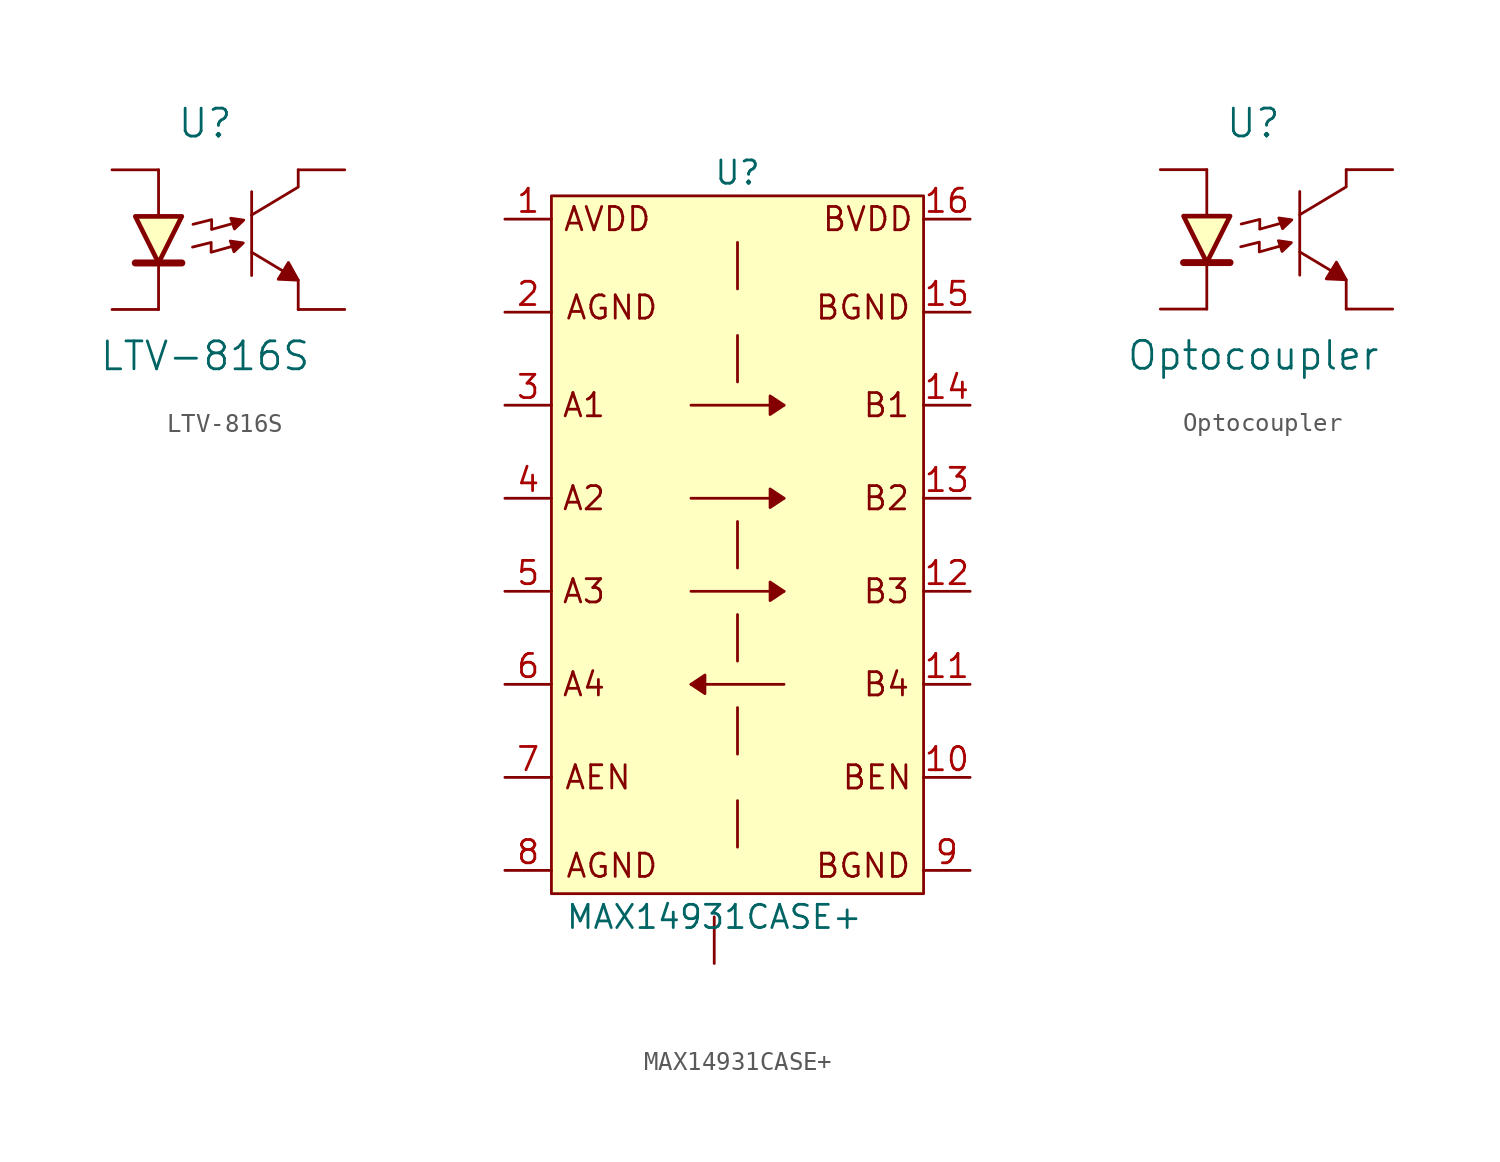
<source format=kicad_sym>
(kicad_symbol_lib
  (version 20231120)
  (generator "kicad_symbol_editor")
  (generator_version "8.0")
  (symbol "LTV-816S"
    (pin_numbers hide)
    (pin_names
      (offset 0) hide)
    (property "Reference" "U"
      (at 0 7.62 0)
      (effects (font (size 1.524 1.524))))
    (property "Value" "LTV-816S"
      (at 0 -5.08 0)
      (effects (font (size 1.524 1.524))))
    (symbol "LTV-816S_0_1"
      (polyline (pts (xy -2.54 -2.54) (xy -2.54 0)) (stroke (width 0) (type default)) (fill (type none)))
      (polyline (pts (xy -2.54 5.08) (xy -2.54 2.54)) (stroke (width 0) (type default)) (fill (type none)))
      (polyline (pts (xy -1.27 0) (xy -3.81 0)) (stroke (width 0.381) (type default)) (fill (type none)))
      (polyline (pts (xy 1.422 0.889) (xy 0.33 0.584)) (stroke (width 0) (type default)) (fill (type none)))
      (polyline (pts (xy 1.448 2.134) (xy 0.356 1.829)) (stroke (width 0) (type default)) (fill (type none)))
      (polyline (pts (xy 2.54 3.886) (xy 2.54 -0.686)) (stroke (width 0) (type default)) (fill (type none)))
      (polyline (pts (xy 5.08 -2.54) (xy 5.08 -1.016)) (stroke (width 0) (type default)) (fill (type none)))
      (polyline (pts (xy 5.08 -0.94) (xy 2.54 0.584)) (stroke (width 0) (type default)) (fill (type none)))
      (polyline (pts (xy 5.08 4.14) (xy 2.54 2.616)) (stroke (width 0) (type default)) (fill (type none)))
      (polyline (pts (xy 0.33 0.61) (xy 0.33 1.118) (xy -0.686 0.864)) (stroke (width 0) (type default)) (fill (type none)))
      (polyline (pts (xy 0.356 1.854) (xy 0.356 2.362) (xy -0.66 2.108)) (stroke (width 0) (type default)) (fill (type none)))
      (polyline (pts (xy 5.08 5.08) (xy 5.08 4.699) (xy 5.08 4.191)) (stroke (width 0) (type default)) (fill (type none)))
      (polyline (pts (xy -3.81 2.54) (xy -1.27 2.54) (xy -2.54 0) (xy -3.81 2.54)) (stroke (width 0.254) (type default)) (fill (type background)))
      (polyline (pts (xy 1.397 1.143) (xy 1.575 0.61) (xy 2.083 1.092) (xy 1.372 1.194)) (stroke (width 0) (type default)) (fill (type outline)))
      (polyline (pts (xy 1.422 2.388) (xy 1.6 1.854) (xy 2.108 2.337) (xy 1.397 2.438)) (stroke (width 0) (type default)) (fill (type outline)))
      (polyline (pts (xy 5.08 -0.94) (xy 4.547 0.025) (xy 3.988 -0.889) (xy 5.08 -0.94)) (stroke (width 0) (type default)) (fill (type outline))))
    (symbol "LTV-816S_1_1"
      (pin passive line (at -5.08 5.08 0) (length 2.54) (name "Anode" (effects (font (size 1.27 1.27)))) (number "1" (effects (font (size 1.27 1.27)))))
      (pin passive line (at -5.08 -2.54 0) (length 2.54) (name "Cathode" (effects (font (size 1.27 1.27)))) (number "2" (effects (font (size 1.27 1.27)))))
      (pin passive line (at 7.62 -2.54 180) (length 2.54) (name "E" (effects (font (size 1.27 1.27)))) (number "3" (effects (font (size 1.27 1.27)))))
      (pin passive line (at 7.62 5.08 180) (length 2.54) (name "C" (effects (font (size 1.27 1.27)))) (number "4" (effects (font (size 1.27 1.27)))))))
  (symbol "MAX14931CASE+"
    (pin_names
      (offset 1.016) hide)
    (property "Reference" "U"
      (at 0 0 0)
      (effects (font (size 1.27 1.27))))
    (property "Value" "MAX14931CASE+"
      (at -1.27 -40.64 0)
      (effects (font (size 1.27 1.27))))
    (symbol "MAX14931CASE+_1_1"
      (polyline (pts (xy -2.54 -27.94) (xy 2.54 -27.94)) (stroke (width 0) (type default)) (fill (type none)))
      (polyline (pts (xy -2.54 -22.86) (xy 2.54 -22.86)) (stroke (width 0) (type default)) (fill (type none)))
      (polyline (pts (xy -2.54 -17.78) (xy 2.54 -17.78)) (stroke (width 0) (type default)) (fill (type none)))
      (polyline (pts (xy -2.54 -12.7) (xy 2.54 -12.7)) (stroke (width 0) (type default)) (fill (type none)))
      (polyline (pts (xy -1.27 -40.64) (xy -1.27 -43.18)) (stroke (width 0) (type default)) (fill (type none)))
      (polyline (pts (xy 0 -34.29) (xy 0 -36.83)) (stroke (width 0) (type default)) (fill (type none)))
      (polyline (pts (xy 0 -29.21) (xy 0 -31.75)) (stroke (width 0) (type default)) (fill (type none)))
      (polyline (pts (xy 0 -24.13) (xy 0 -26.67)) (stroke (width 0) (type default)) (fill (type none)))
      (polyline (pts (xy 0 -19.05) (xy 0 -21.59)) (stroke (width 0) (type default)) (fill (type none)))
      (polyline (pts (xy 0 -8.89) (xy 0 -11.43)) (stroke (width 0) (type default)) (fill (type none)))
      (polyline (pts (xy 0 -3.81) (xy 0 -6.35)) (stroke (width 0) (type default)) (fill (type none)))
      (polyline (pts (xy -2.54 -27.94) (xy -1.778 -27.432) (xy -1.778 -28.448) (xy -2.54 -27.94)) (stroke (width 0) (type default)) (fill (type outline)))
      (polyline (pts (xy 2.54 -22.86) (xy 1.778 -22.352) (xy 1.778 -23.368) (xy 2.54 -22.86)) (stroke (width 0) (type default)) (fill (type outline)))
      (polyline (pts (xy 2.54 -17.78) (xy 1.778 -17.272) (xy 1.778 -18.288) (xy 2.54 -17.78)) (stroke (width 0) (type default)) (fill (type outline)))
      (polyline (pts (xy 2.54 -12.7) (xy 1.778 -12.192) (xy 1.778 -13.208) (xy 2.54 -12.7)) (stroke (width 0) (type default)) (fill (type outline)))
      (polyline (pts (xy -10.16 -1.27) (xy 10.16 -1.27) (xy 10.16 -39.37) (xy -10.16 -39.37) (xy -10.16 -19.05) (xy -10.16 -1.27)) (stroke (width 0) (type default)) (fill (type background)))
      (text "A1" (at -8.382 -12.7 0) (effects (font (size 1.27 1.27))))
      (text "A2" (at -8.382 -17.78 0) (effects (font (size 1.27 1.27))))
      (text "A3" (at -8.382 -22.86 0) (effects (font (size 1.27 1.27))))
      (text "A4" (at -8.382 -27.94 0) (effects (font (size 1.27 1.27))))
      (text "AEN" (at -7.62 -33.02 0) (effects (font (size 1.27 1.27))))
      (text "AGND" (at -6.858 -37.846 0) (effects (font (size 1.27 1.27))))
      (text "AGND" (at -6.858 -7.366 0) (effects (font (size 1.27 1.27))))
      (text "AVDD" (at -7.112 -2.54 0) (effects (font (size 1.27 1.27))))
      (text "B1" (at 8.128 -12.7 0) (effects (font (size 1.27 1.27))))
      (text "B2" (at 8.128 -17.78 0) (effects (font (size 1.27 1.27))))
      (text "B3" (at 8.128 -22.86 0) (effects (font (size 1.27 1.27))))
      (text "B4" (at 8.128 -27.94 0) (effects (font (size 1.27 1.27))))
      (text "BEN" (at 7.62 -33.02 0) (effects (font (size 1.27 1.27))))
      (text "BGND" (at 6.858 -37.846 0) (effects (font (size 1.27 1.27))))
      (text "BGND" (at 6.858 -7.366 0) (effects (font (size 1.27 1.27))))
      (text "BVDD" (at 7.112 -2.54 0) (effects (font (size 1.27 1.27))))
      (pin input line (at -12.7 -2.54 0) (length 2.54) (name "AVDD" (effects (font (size 1.27 1.27)))) (number "1" (effects (font (size 1.27 1.27)))))
      (pin input line (at 12.7 -33.02 180) (length 2.54) (name "BEN" (effects (font (size 1.27 1.27)))) (number "10" (effects (font (size 1.27 1.27)))))
      (pin input line (at 12.7 -27.94 180) (length 2.54) (name "B4" (effects (font (size 1.27 1.27)))) (number "11" (effects (font (size 1.27 1.27)))))
      (pin output line (at 12.7 -22.86 180) (length 2.54) (name "B3" (effects (font (size 1.27 1.27)))) (number "12" (effects (font (size 1.27 1.27)))))
      (pin output line (at 12.7 -17.78 180) (length 2.54) (name "B2" (effects (font (size 1.27 1.27)))) (number "13" (effects (font (size 1.27 1.27)))))
      (pin output line (at 12.7 -12.7 180) (length 2.54) (name "B1" (effects (font (size 1.27 1.27)))) (number "14" (effects (font (size 1.27 1.27)))))
      (pin input line (at 12.7 -7.62 180) (length 2.54) (name "BGND" (effects (font (size 1.27 1.27)))) (number "15" (effects (font (size 1.27 1.27)))))
      (pin input line (at 12.7 -2.54 180) (length 2.54) (name "BVDD" (effects (font (size 1.27 1.27)))) (number "16" (effects (font (size 1.27 1.27)))))
      (pin input line (at -12.7 -7.62 0) (length 2.54) (name "AGND" (effects (font (size 1.27 1.27)))) (number "2" (effects (font (size 1.27 1.27)))))
      (pin input line (at -12.7 -12.7 0) (length 2.54) (name "A1" (effects (font (size 1.27 1.27)))) (number "3" (effects (font (size 1.27 1.27)))))
      (pin input line (at -12.7 -17.78 0) (length 2.54) (name "A2" (effects (font (size 1.27 1.27)))) (number "4" (effects (font (size 1.27 1.27)))))
      (pin input line (at -12.7 -22.86 0) (length 2.54) (name "A3" (effects (font (size 1.27 1.27)))) (number "5" (effects (font (size 1.27 1.27)))))
      (pin output line (at -12.7 -27.94 0) (length 2.54) (name "A4" (effects (font (size 1.27 1.27)))) (number "6" (effects (font (size 1.27 1.27)))))
      (pin input line (at -12.7 -33.02 0) (length 2.54) (name "AEN" (effects (font (size 1.27 1.27)))) (number "7" (effects (font (size 1.27 1.27)))))
      (pin input line (at -12.7 -38.1 0) (length 2.54) (name "AGND" (effects (font (size 1.27 1.27)))) (number "8" (effects (font (size 1.27 1.27)))))
      (pin input line (at 12.7 -38.1 180) (length 2.54) (name "BGND" (effects (font (size 1.27 1.27)))) (number "9" (effects (font (size 1.27 1.27)))))))
  (symbol "Optocoupler"
    (pin_numbers hide)
    (pin_names
      (offset 0) hide)
    (property "Reference" "U"
      (at 0 7.62 0)
      (effects (font (size 1.524 1.524))))
    (property "Value" "Optocoupler"
      (at 0 -5.08 0)
      (effects (font (size 1.524 1.524))))
    (symbol "Optocoupler_0_1"
      (polyline (pts (xy -2.54 -2.54) (xy -2.54 0)) (stroke (width 0) (type default)) (fill (type none)))
      (polyline (pts (xy -2.54 5.08) (xy -2.54 2.54)) (stroke (width 0) (type default)) (fill (type none)))
      (polyline (pts (xy -1.27 0) (xy -3.81 0)) (stroke (width 0.381) (type default)) (fill (type none)))
      (polyline (pts (xy 1.422 0.889) (xy 0.33 0.584)) (stroke (width 0) (type default)) (fill (type none)))
      (polyline (pts (xy 1.448 2.134) (xy 0.356 1.829)) (stroke (width 0) (type default)) (fill (type none)))
      (polyline (pts (xy 2.54 3.886) (xy 2.54 -0.686)) (stroke (width 0) (type default)) (fill (type none)))
      (polyline (pts (xy 5.08 -2.54) (xy 5.08 -1.016)) (stroke (width 0) (type default)) (fill (type none)))
      (polyline (pts (xy 5.08 -0.94) (xy 2.54 0.584)) (stroke (width 0) (type default)) (fill (type none)))
      (polyline (pts (xy 5.08 4.14) (xy 2.54 2.616)) (stroke (width 0) (type default)) (fill (type none)))
      (polyline (pts (xy 0.33 0.61) (xy 0.33 1.118) (xy -0.686 0.864)) (stroke (width 0) (type default)) (fill (type none)))
      (polyline (pts (xy 0.356 1.854) (xy 0.356 2.362) (xy -0.66 2.108)) (stroke (width 0) (type default)) (fill (type none)))
      (polyline (pts (xy 5.08 5.08) (xy 5.08 4.699) (xy 5.08 4.191)) (stroke (width 0) (type default)) (fill (type none)))
      (polyline (pts (xy -3.81 2.54) (xy -1.27 2.54) (xy -2.54 0) (xy -3.81 2.54)) (stroke (width 0.254) (type default)) (fill (type background)))
      (polyline (pts (xy 1.397 1.143) (xy 1.575 0.61) (xy 2.083 1.092) (xy 1.372 1.194)) (stroke (width 0) (type default)) (fill (type outline)))
      (polyline (pts (xy 1.422 2.388) (xy 1.6 1.854) (xy 2.108 2.337) (xy 1.397 2.438)) (stroke (width 0) (type default)) (fill (type outline)))
      (polyline (pts (xy 5.08 -0.94) (xy 4.547 0.025) (xy 3.988 -0.889) (xy 5.08 -0.94)) (stroke (width 0) (type default)) (fill (type outline))))
    (symbol "Optocoupler_1_1"
      (pin input line (at -5.08 5.08 0) (length 2.54) (name "Anode" (effects (font (size 1.27 1.27)))) (number "~" (effects (font (size 1.27 1.27)))))
      (pin input line (at 7.62 5.08 180) (length 2.54) (name "C" (effects (font (size 1.27 1.27)))) (number "~" (effects (font (size 1.27 1.27)))))
      (pin input line (at -5.08 -2.54 0) (length 2.54) (name "Cathode" (effects (font (size 1.27 1.27)))) (number "~" (effects (font (size 1.27 1.27)))))
      (pin input line (at 7.62 -2.54 180) (length 2.54) (name "E" (effects (font (size 1.27 1.27)))) (number "~" (effects (font (size 1.27 1.27))))))))
</source>
